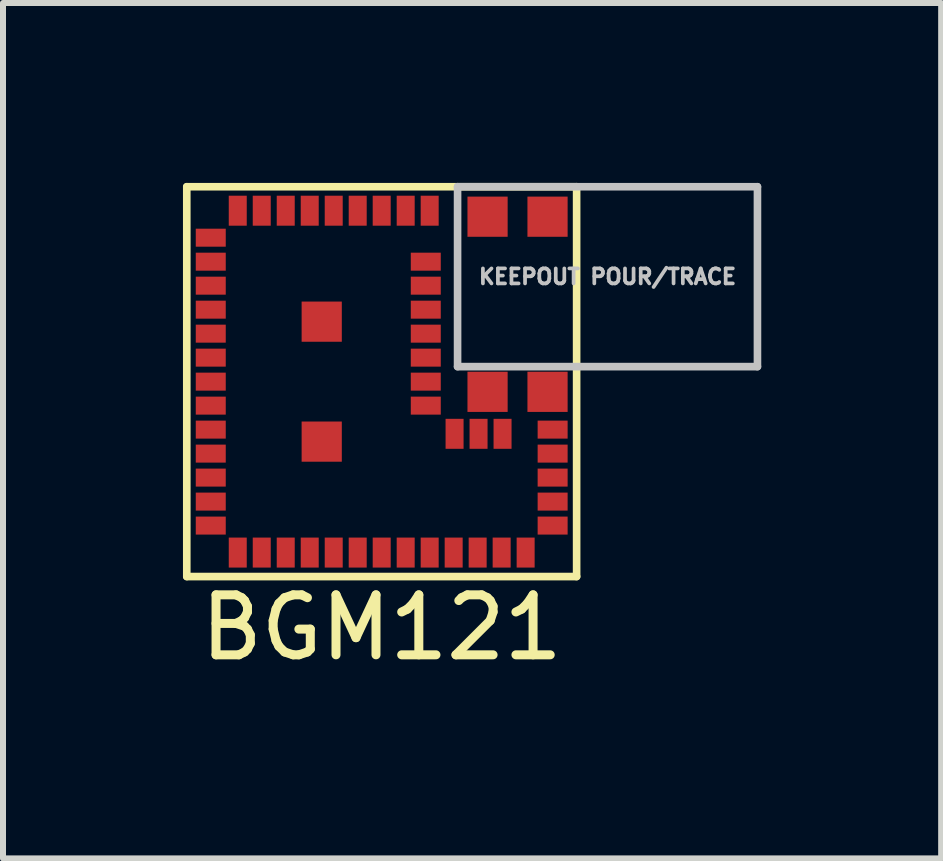
<source format=kicad_pcb>
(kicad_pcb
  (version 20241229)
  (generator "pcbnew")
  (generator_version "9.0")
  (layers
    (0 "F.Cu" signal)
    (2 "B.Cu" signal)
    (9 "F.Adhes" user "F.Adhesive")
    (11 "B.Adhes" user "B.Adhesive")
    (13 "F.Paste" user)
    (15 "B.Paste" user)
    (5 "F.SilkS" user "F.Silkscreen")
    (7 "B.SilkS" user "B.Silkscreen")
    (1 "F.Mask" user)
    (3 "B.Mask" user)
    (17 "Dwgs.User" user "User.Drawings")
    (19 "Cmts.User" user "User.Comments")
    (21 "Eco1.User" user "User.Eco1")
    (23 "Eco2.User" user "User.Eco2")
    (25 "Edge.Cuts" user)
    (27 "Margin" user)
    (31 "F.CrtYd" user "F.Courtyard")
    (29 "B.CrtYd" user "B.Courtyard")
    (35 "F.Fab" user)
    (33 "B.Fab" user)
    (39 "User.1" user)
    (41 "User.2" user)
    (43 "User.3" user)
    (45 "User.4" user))
  (footprint "BGM121"
    (layer "F.Cu")
    (at 0.464 6.163)
    (property "Reference" "BGM121" (at 2.85 1.25 0) (layer "F.SilkS") (effects (font (size 1 1) (thickness 0.15))))
    (attr through_hole)
    (fp_line (start -0.4 -6.1) (end 6.1 -6.1) (stroke (width 0.127) (type solid)) (layer "F.SilkS"))
    (fp_line (start -0.4 0.4) (end -0.4 -6.1) (stroke (width 0.127) (type solid)) (layer "F.SilkS"))
    (fp_line (start 6.1 -6.1) (end 6.1 0.4) (stroke (width 0.127) (type solid)) (layer "F.SilkS"))
    (fp_line (start 6.1 0.4) (end -0.4 0.4) (stroke (width 0.127) (type solid)) (layer "F.SilkS"))
    (fp_line (start 4.115 -6.1) (end 4.115 -3.1) (stroke (width 0.127) (type solid)) (layer "Dwgs.User"))
    (fp_line (start 4.115 -3.1) (end 9.115 -3.1) (stroke (width 0.127) (type solid)) (layer "Dwgs.User"))
    (fp_line (start 9.115 -6.1) (end 4.115 -6.1) (stroke (width 0.127) (type solid)) (layer "Dwgs.User"))
    (fp_line (start 9.115 -3.1) (end 9.115 -6.1) (stroke (width 0.127) (type solid)) (layer "Dwgs.User"))
    (fp_text user "KEEPOUT POUR/TRACE" (at 6.615 -4.6 0) (layer "Dwgs.User") (effects (font (size 0.25 0.25) (thickness 0.062))))
    (pad "1" smd rect (at 3.65 -5.7 90) (size 0.5 0.3) (layers "F.Cu" "F.Mask" "F.Paste"))
    (pad "2" smd rect (at 3.25 -5.7 90) (size 0.5 0.3) (layers "F.Cu" "F.Mask" "F.Paste"))
    (pad "3" smd rect (at 2.85 -5.7 90) (size 0.5 0.3) (layers "F.Cu" "F.Mask" "F.Paste"))
    (pad "4" smd rect (at 2.45 -5.7 90) (size 0.5 0.3) (layers "F.Cu" "F.Mask" "F.Paste"))
    (pad "5" smd rect (at 2.05 -5.7 90) (size 0.5 0.3) (layers "F.Cu" "F.Mask" "F.Paste"))
    (pad "6" smd rect (at 1.65 -5.7 90) (size 0.5 0.3) (layers "F.Cu" "F.Mask" "F.Paste"))
    (pad "7" smd rect (at 1.25 -5.7 90) (size 0.5 0.3) (layers "F.Cu" "F.Mask" "F.Paste"))
    (pad "8" smd rect (at 0.85 -5.7 90) (size 0.5 0.3) (layers "F.Cu" "F.Mask" "F.Paste"))
    (pad "9" smd rect (at 0.45 -5.7 90) (size 0.5 0.3) (layers "F.Cu" "F.Mask" "F.Paste"))
    (pad "10" smd rect (at 0 -5.25) (size 0.5 0.3) (layers "F.Cu" "F.Mask" "F.Paste"))
    (pad "11" smd rect (at 0 -4.85) (size 0.5 0.3) (layers "F.Cu" "F.Mask" "F.Paste"))
    (pad "12" smd rect (at 0 -4.45) (size 0.5 0.3) (layers "F.Cu" "F.Mask" "F.Paste"))
    (pad "13" smd rect (at 0 -4.05) (size 0.5 0.3) (layers "F.Cu" "F.Mask" "F.Paste"))
    (pad "14" smd rect (at 0 -3.65) (size 0.5 0.3) (layers "F.Cu" "F.Mask" "F.Paste"))
    (pad "15" smd rect (at 0 -3.25) (size 0.5 0.3) (layers "F.Cu" "F.Mask" "F.Paste"))
    (pad "16" smd rect (at 0 -2.85) (size 0.5 0.3) (layers "F.Cu" "F.Mask" "F.Paste"))
    (pad "17" smd rect (at 0 -2.45) (size 0.5 0.3) (layers "F.Cu" "F.Mask" "F.Paste"))
    (pad "18" smd rect (at 0 -2.05) (size 0.5 0.3) (layers "F.Cu" "F.Mask" "F.Paste"))
    (pad "19" smd rect (at 0 -1.65) (size 0.5 0.3) (layers "F.Cu" "F.Mask" "F.Paste"))
    (pad "20" smd rect (at 0 -1.25) (size 0.5 0.3) (layers "F.Cu" "F.Mask" "F.Paste"))
    (pad "21" smd rect (at 0 -0.85) (size 0.5 0.3) (layers "F.Cu" "F.Mask" "F.Paste"))
    (pad "22" smd rect (at 0 -0.45) (size 0.5 0.3) (layers "F.Cu" "F.Mask" "F.Paste"))
    (pad "23" smd rect (at 0.45 0 90) (size 0.5 0.3) (layers "F.Cu" "F.Mask" "F.Paste"))
    (pad "24" smd rect (at 0.85 0 90) (size 0.5 0.3) (layers "F.Cu" "F.Mask" "F.Paste"))
    (pad "25" smd rect (at 1.25 0 90) (size 0.5 0.3) (layers "F.Cu" "F.Mask" "F.Paste"))
    (pad "26" smd rect (at 1.65 0 90) (size 0.5 0.3) (layers "F.Cu" "F.Mask" "F.Paste"))
    (pad "27" smd rect (at 2.05 0 90) (size 0.5 0.3) (layers "F.Cu" "F.Mask" "F.Paste"))
    (pad "28" smd rect (at 2.45 0 90) (size 0.5 0.3) (layers "F.Cu" "F.Mask" "F.Paste"))
    (pad "29" smd rect (at 2.85 0 90) (size 0.5 0.3) (layers "F.Cu" "F.Mask" "F.Paste"))
    (pad "30" smd rect (at 3.25 0 90) (size 0.5 0.3) (layers "F.Cu" "F.Mask" "F.Paste"))
    (pad "31" smd rect (at 3.65 0 90) (size 0.5 0.3) (layers "F.Cu" "F.Mask" "F.Paste"))
    (pad "32" smd rect (at 4.05 0 90) (size 0.5 0.3) (layers "F.Cu" "F.Mask" "F.Paste"))
    (pad "33" smd rect (at 4.45 0 90) (size 0.5 0.3) (layers "F.Cu" "F.Mask" "F.Paste"))
    (pad "34" smd rect (at 4.85 0 90) (size 0.5 0.3) (layers "F.Cu" "F.Mask" "F.Paste"))
    (pad "35" smd rect (at 5.25 0 90) (size 0.5 0.3) (layers "F.Cu" "F.Mask" "F.Paste"))
    (pad "36" smd rect (at 5.7 -0.45) (size 0.5 0.3) (layers "F.Cu" "F.Mask" "F.Paste"))
    (pad "37" smd rect (at 5.7 -0.85) (size 0.5 0.3) (layers "F.Cu" "F.Mask" "F.Paste"))
    (pad "38" smd rect (at 5.7 -1.25) (size 0.5 0.3) (layers "F.Cu" "F.Mask" "F.Paste"))
    (pad "39" smd rect (at 5.7 -1.65) (size 0.5 0.3) (layers "F.Cu" "F.Mask" "F.Paste"))
    (pad "40" smd rect (at 5.7 -2.05) (size 0.5 0.3) (layers "F.Cu" "F.Mask" "F.Paste"))
    (pad "41" smd rect (at 4.865 -1.98 270) (size 0.5 0.3) (layers "F.Cu" "F.Mask" "F.Paste"))
    (pad "42" smd rect (at 4.465 -1.98 270) (size 0.5 0.3) (layers "F.Cu" "F.Mask" "F.Paste"))
    (pad "43" smd rect (at 4.065 -1.98 270) (size 0.5 0.3) (layers "F.Cu" "F.Mask" "F.Paste"))
    (pad "44" smd rect (at 3.585 -2.45 180) (size 0.5 0.3) (layers "F.Cu" "F.Mask" "F.Paste"))
    (pad "45" smd rect (at 3.585 -2.85 180) (size 0.5 0.3) (layers "F.Cu" "F.Mask" "F.Paste"))
    (pad "46" smd rect (at 3.585 -3.25 180) (size 0.5 0.3) (layers "F.Cu" "F.Mask" "F.Paste"))
    (pad "47" smd rect (at 3.585 -3.65 180) (size 0.5 0.3) (layers "F.Cu" "F.Mask" "F.Paste"))
    (pad "48" smd rect (at 3.585 -4.05 180) (size 0.5 0.3) (layers "F.Cu" "F.Mask" "F.Paste"))
    (pad "49" smd rect (at 3.585 -4.45 180) (size 0.5 0.3) (layers "F.Cu" "F.Mask" "F.Paste"))
    (pad "50" smd rect (at 3.585 -4.85 180) (size 0.5 0.3) (layers "F.Cu" "F.Mask" "F.Paste"))
    (pad "51" smd rect (at 1.85 -3.85) (size 0.67 0.67) (layers "F.Cu" "F.Mask" "F.Paste"))
    (pad "52" smd rect (at 1.85 -1.85) (size 0.67 0.67) (layers "F.Cu" "F.Mask" "F.Paste"))
    (pad "53" smd rect (at 5.615 -5.6) (size 0.67 0.67) (layers "F.Cu" "F.Mask" "F.Paste"))
    (pad "54" smd rect (at 4.615 -5.6) (size 0.67 0.67) (layers "F.Cu" "F.Mask" "F.Paste"))
    (pad "55" smd rect (at 4.615 -2.68) (size 0.67 0.67) (layers "F.Cu" "F.Mask" "F.Paste"))
    (pad "56" smd rect (at 5.615 -2.68) (size 0.67 0.67) (layers "F.Cu" "F.Mask" "F.Paste")))
  (gr_rect
    (start -3 -3)
    (end 12.642 11.262)
    (stroke (width 0.1) (type default))
    (fill no)
    (layer "Edge.Cuts")))
</source>
